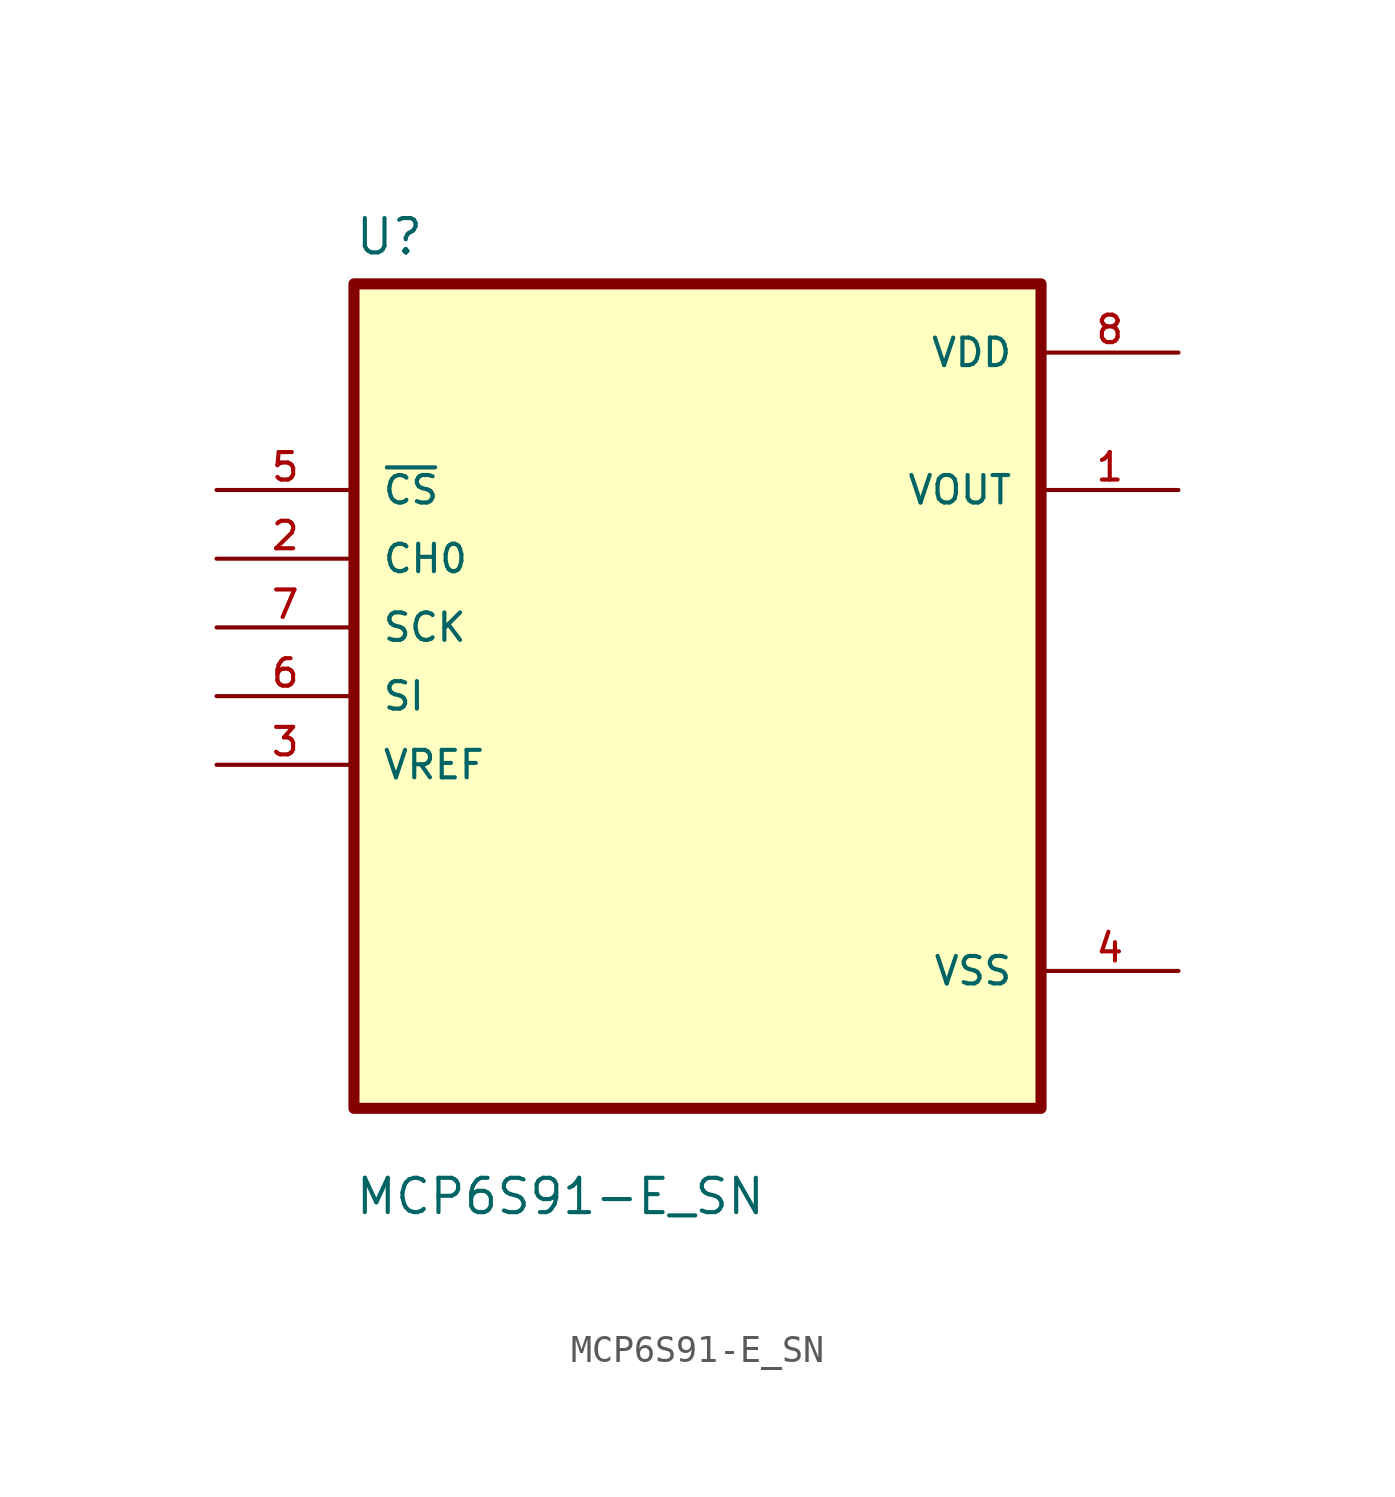
<source format=kicad_sym>
(kicad_symbol_lib
  (version 20211014)
  (generator kicad_symbol_editor)
  (symbol "MCP6S91-E_SN"
    (pin_names
      (offset 1.016))
    (property "Reference" "U"
      (at -12.7 16.24 0.0)
      (effects (font (size 1.27 1.27)) (justify bottom left)))
    (property "Value" "MCP6S91-E_SN"
      (at -12.7 -19.24 0.0)
      (effects (font (size 1.27 1.27)) (justify bottom left)))
    (symbol "MCP6S91-E_SN_0_0"
      (rectangle (start -12.7 -15.24) (end 12.7 15.24) (stroke (width 0.41)) (fill (type background)))
      (pin input line (at -17.78 7.62 0) (length 5.08) (name "~{CS}" (effects (font (size 1.016 1.016)))) (number "5" (effects (font (size 1.016 1.016)))))
      (pin input line (at -17.78 5.08 0) (length 5.08) (name "CH0" (effects (font (size 1.016 1.016)))) (number "2" (effects (font (size 1.016 1.016)))))
      (pin input line (at -17.78 2.54 0) (length 5.08) (name "SCK" (effects (font (size 1.016 1.016)))) (number "7" (effects (font (size 1.016 1.016)))))
      (pin input line (at -17.78 0.0 0) (length 5.08) (name "SI" (effects (font (size 1.016 1.016)))) (number "6" (effects (font (size 1.016 1.016)))))
      (pin input line (at -17.78 -2.54 0) (length 5.08) (name "VREF" (effects (font (size 1.016 1.016)))) (number "3" (effects (font (size 1.016 1.016)))))
      (pin power_in line (at 17.78 12.7 180.0) (length 5.08) (name "VDD" (effects (font (size 1.016 1.016)))) (number "8" (effects (font (size 1.016 1.016)))))
      (pin output line (at 17.78 7.62 180.0) (length 5.08) (name "VOUT" (effects (font (size 1.016 1.016)))) (number "1" (effects (font (size 1.016 1.016)))))
      (pin power_in line (at 17.78 -10.16 180.0) (length 5.08) (name "VSS" (effects (font (size 1.016 1.016)))) (number "4" (effects (font (size 1.016 1.016))))))))
</source>
